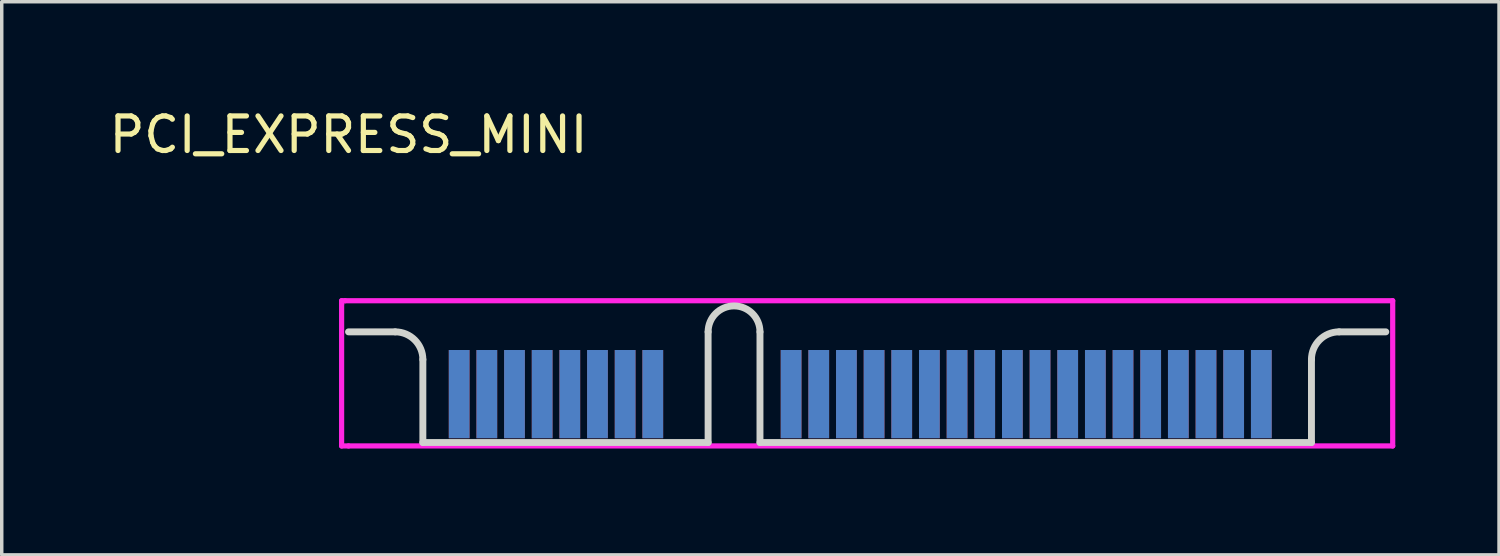
<source format=kicad_pcb>
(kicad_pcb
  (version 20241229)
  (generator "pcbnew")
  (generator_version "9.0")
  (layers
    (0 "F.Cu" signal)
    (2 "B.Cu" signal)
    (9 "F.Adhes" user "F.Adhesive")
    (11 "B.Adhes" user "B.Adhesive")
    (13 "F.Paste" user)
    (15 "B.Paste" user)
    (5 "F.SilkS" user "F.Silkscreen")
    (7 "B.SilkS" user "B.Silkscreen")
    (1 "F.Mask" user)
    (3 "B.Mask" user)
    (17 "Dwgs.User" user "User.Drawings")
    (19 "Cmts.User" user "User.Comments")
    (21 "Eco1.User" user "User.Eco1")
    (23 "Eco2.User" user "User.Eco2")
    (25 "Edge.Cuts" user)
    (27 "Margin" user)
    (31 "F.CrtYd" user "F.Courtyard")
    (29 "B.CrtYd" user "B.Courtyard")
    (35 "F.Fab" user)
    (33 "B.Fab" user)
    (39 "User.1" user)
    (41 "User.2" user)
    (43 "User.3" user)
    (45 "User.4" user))
  (footprint "PCI_EXPRESS_MINI"
    (layer "F.Cu")
    (at 7.03 9.748)
    (property "Reference" "PCI_EXPRESS_MINI" (at 0 -8.9 0) (layer "F.SilkS") (effects (font (size 1 1) (thickness 0.15))))
    (attr through_hole)
    (fp_line (start 0 -3.2) (end 1.35 -3.2) (stroke (width 0.2) (type solid)) (layer "Edge.Cuts"))
    (fp_line (start 2.15 -2.4) (end 2.15 0) (stroke (width 0.2) (type solid)) (layer "Edge.Cuts"))
    (fp_line (start 2.15 0) (end 10.4 0) (stroke (width 0.2) (type solid)) (layer "Edge.Cuts"))
    (fp_line (start 10.4 0) (end 10.4 -3.2) (stroke (width 0.2) (type solid)) (layer "Edge.Cuts"))
    (fp_line (start 11.9 0) (end 11.9 -3.2) (stroke (width 0.2) (type solid)) (layer "Edge.Cuts"))
    (fp_line (start 11.9 0) (end 27.85 0) (stroke (width 0.2) (type solid)) (layer "Edge.Cuts"))
    (fp_line (start 27.85 0) (end 27.85 -2.4) (stroke (width 0.2) (type solid)) (layer "Edge.Cuts"))
    (fp_line (start 28.65 -3.2) (end 30 -3.2) (stroke (width 0.2) (type solid)) (layer "Edge.Cuts"))
    (fp_arc (start 1.35 -3.2) (mid 1.915685 -2.965685) (end 2.15 -2.4) (stroke (width 0.2) (type solid)) (layer "Edge.Cuts"))
    (fp_arc (start 10.4 -3.2) (mid 11.15 -3.95) (end 11.9 -3.2) (stroke (width 0.2) (type solid)) (layer "Edge.Cuts"))
    (fp_arc (start 27.85 -2.4) (mid 28.084315 -2.965685) (end 28.65 -3.2) (stroke (width 0.2) (type solid)) (layer "Edge.Cuts"))
    (fp_line (start -0.2 -4.1) (end -0.1 -4.1) (stroke (width 0.15) (type solid)) (layer "F.CrtYd"))
    (fp_line (start -0.2 -4) (end -0.2 -4.1) (stroke (width 0.15) (type solid)) (layer "F.CrtYd"))
    (fp_line (start -0.2 0.1) (end -0.2 -4) (stroke (width 0.15) (type solid)) (layer "F.CrtYd"))
    (fp_line (start -0.1 -4.1) (end 30.2 -4.1) (stroke (width 0.15) (type solid)) (layer "F.CrtYd"))
    (fp_line (start 0 0.1) (end -0.2 0.1) (stroke (width 0.15) (type solid)) (layer "F.CrtYd"))
    (fp_line (start 30.2 -4.1) (end 30.2 0.1) (stroke (width 0.15) (type solid)) (layer "F.CrtYd"))
    (fp_line (start 30.2 0.1) (end 0 0.1) (stroke (width 0.15) (type solid)) (layer "F.CrtYd"))
    (pad "1" smd rect (at 3.2 -1.4) (size 0.6 2.55) (layers "F.Cu" "F.Mask"))
    (pad "2" smd rect (at 3.2 -1.4) (size 0.6 2.55) (layers "B.Cu" "B.Mask"))
    (pad "3" smd rect (at 4 -1.4) (size 0.6 2.55) (layers "F.Cu" "F.Mask"))
    (pad "4" smd rect (at 4 -1.4) (size 0.6 2.55) (layers "B.Cu" "B.Mask"))
    (pad "5" smd rect (at 4.8 -1.4) (size 0.6 2.55) (layers "F.Cu" "F.Mask"))
    (pad "6" smd rect (at 4.8 -1.4) (size 0.6 2.55) (layers "B.Cu" "B.Mask"))
    (pad "7" smd rect (at 5.6 -1.4) (size 0.6 2.55) (layers "F.Cu" "F.Mask"))
    (pad "8" smd rect (at 5.6 -1.4) (size 0.6 2.55) (layers "B.Cu" "B.Mask"))
    (pad "9" smd rect (at 6.4 -1.4) (size 0.6 2.55) (layers "F.Cu" "F.Mask"))
    (pad "10" smd rect (at 6.4 -1.4) (size 0.6 2.55) (layers "B.Cu" "B.Mask"))
    (pad "11" smd rect (at 7.2 -1.4) (size 0.6 2.55) (layers "F.Cu" "F.Mask"))
    (pad "12" smd rect (at 7.2 -1.4) (size 0.6 2.55) (layers "B.Cu" "B.Mask"))
    (pad "13" smd rect (at 8 -1.4) (size 0.6 2.55) (layers "F.Cu" "F.Mask"))
    (pad "14" smd rect (at 8 -1.4) (size 0.6 2.55) (layers "B.Cu" "B.Mask"))
    (pad "15" smd rect (at 8.8 -1.4) (size 0.6 2.55) (layers "F.Cu" "F.Mask"))
    (pad "16" smd rect (at 8.8 -1.4) (size 0.6 2.55) (layers "B.Cu" "B.Mask"))
    (pad "17" smd rect (at 12.8 -1.4) (size 0.6 2.55) (layers "F.Cu" "F.Mask"))
    (pad "18" smd rect (at 12.8 -1.4) (size 0.6 2.55) (layers "B.Cu" "B.Mask"))
    (pad "19" smd rect (at 13.6 -1.4) (size 0.6 2.55) (layers "F.Cu" "F.Mask"))
    (pad "20" smd rect (at 13.6 -1.4) (size 0.6 2.55) (layers "B.Cu" "B.Mask"))
    (pad "21" smd rect (at 14.4 -1.4) (size 0.6 2.55) (layers "F.Cu" "F.Mask"))
    (pad "22" smd rect (at 14.4 -1.4) (size 0.6 2.55) (layers "B.Cu" "B.Mask"))
    (pad "23" smd rect (at 15.2 -1.4) (size 0.6 2.55) (layers "F.Cu" "F.Mask"))
    (pad "24" smd rect (at 15.2 -1.4) (size 0.6 2.55) (layers "B.Cu" "B.Mask"))
    (pad "25" smd rect (at 16 -1.4) (size 0.6 2.55) (layers "F.Cu" "F.Mask"))
    (pad "26" smd rect (at 16 -1.4) (size 0.6 2.55) (layers "B.Cu" "B.Mask"))
    (pad "27" smd rect (at 16.8 -1.4) (size 0.6 2.55) (layers "F.Cu" "F.Mask"))
    (pad "28" smd rect (at 16.8 -1.4) (size 0.6 2.55) (layers "B.Cu" "B.Mask"))
    (pad "29" smd rect (at 17.6 -1.4) (size 0.6 2.55) (layers "F.Cu" "F.Mask"))
    (pad "30" smd rect (at 17.6 -1.4) (size 0.6 2.55) (layers "B.Cu" "B.Mask"))
    (pad "31" smd rect (at 18.4 -1.4) (size 0.6 2.55) (layers "F.Cu" "F.Mask"))
    (pad "32" smd rect (at 18.4 -1.4) (size 0.6 2.55) (layers "B.Cu" "B.Mask"))
    (pad "33" smd rect (at 19.2 -1.4) (size 0.6 2.55) (layers "F.Cu" "F.Mask"))
    (pad "34" smd rect (at 19.2 -1.4) (size 0.6 2.55) (layers "B.Cu" "B.Mask"))
    (pad "35" smd rect (at 20 -1.4) (size 0.6 2.55) (layers "F.Cu" "F.Mask"))
    (pad "36" smd rect (at 20 -1.4) (size 0.6 2.55) (layers "B.Cu" "B.Mask"))
    (pad "37" smd rect (at 20.8 -1.4) (size 0.6 2.55) (layers "F.Cu" "F.Mask"))
    (pad "38" smd rect (at 20.8 -1.4) (size 0.6 2.55) (layers "B.Cu" "B.Mask"))
    (pad "39" smd rect (at 21.6 -1.4) (size 0.6 2.55) (layers "F.Cu" "F.Mask"))
    (pad "40" smd rect (at 21.6 -1.4) (size 0.6 2.55) (layers "B.Cu" "B.Mask"))
    (pad "41" smd rect (at 22.4 -1.4) (size 0.6 2.55) (layers "F.Cu" "F.Mask"))
    (pad "42" smd rect (at 22.4 -1.4) (size 0.6 2.55) (layers "B.Cu" "B.Mask"))
    (pad "43" smd rect (at 23.2 -1.4) (size 0.6 2.55) (layers "F.Cu" "F.Mask"))
    (pad "44" smd rect (at 23.2 -1.4) (size 0.6 2.55) (layers "B.Cu" "B.Mask"))
    (pad "45" smd rect (at 24 -1.4) (size 0.6 2.55) (layers "F.Cu" "F.Mask"))
    (pad "46" smd rect (at 24 -1.4) (size 0.6 2.55) (layers "B.Cu" "B.Mask"))
    (pad "47" smd rect (at 24.8 -1.4) (size 0.6 2.55) (layers "F.Cu" "F.Mask"))
    (pad "48" smd rect (at 24.8 -1.4) (size 0.6 2.55) (layers "B.Cu" "B.Mask"))
    (pad "49" smd rect (at 25.6 -1.4) (size 0.6 2.55) (layers "F.Cu" "F.Mask"))
    (pad "50" smd rect (at 25.6 -1.4) (size 0.6 2.55) (layers "B.Cu" "B.Mask"))
    (pad "51" smd rect (at 26.4 -1.4) (size 0.6 2.55) (layers "F.Cu" "F.Mask"))
    (pad "52" smd rect (at 26.4 -1.4) (size 0.6 2.55) (layers "B.Cu" "B.Mask")))
  (gr_rect
    (start -3 -3)
    (end 40.305 12.998)
    (stroke (width 0.1) (type default))
    (fill no)
    (layer "Edge.Cuts")))
</source>
